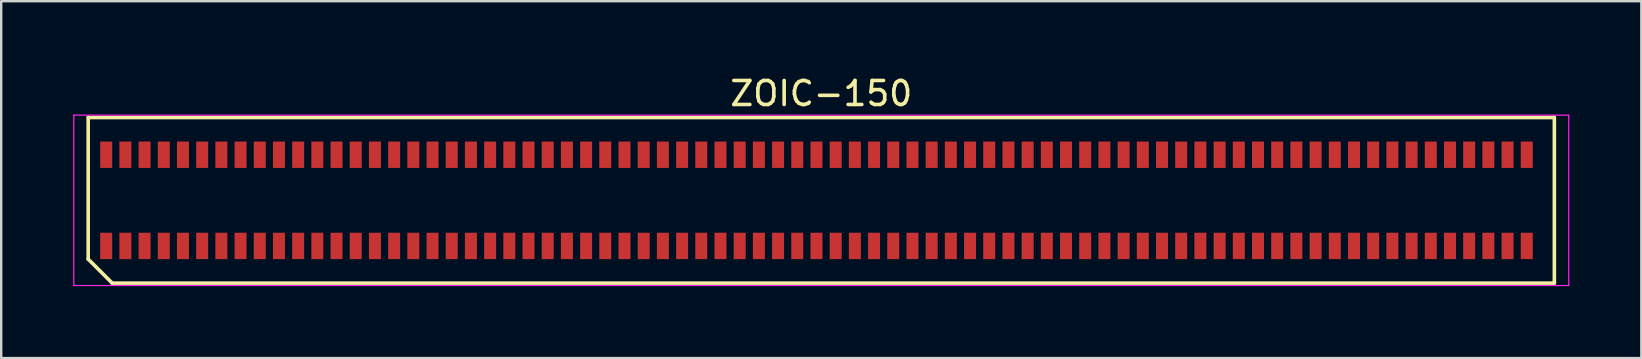
<source format=kicad_pcb>
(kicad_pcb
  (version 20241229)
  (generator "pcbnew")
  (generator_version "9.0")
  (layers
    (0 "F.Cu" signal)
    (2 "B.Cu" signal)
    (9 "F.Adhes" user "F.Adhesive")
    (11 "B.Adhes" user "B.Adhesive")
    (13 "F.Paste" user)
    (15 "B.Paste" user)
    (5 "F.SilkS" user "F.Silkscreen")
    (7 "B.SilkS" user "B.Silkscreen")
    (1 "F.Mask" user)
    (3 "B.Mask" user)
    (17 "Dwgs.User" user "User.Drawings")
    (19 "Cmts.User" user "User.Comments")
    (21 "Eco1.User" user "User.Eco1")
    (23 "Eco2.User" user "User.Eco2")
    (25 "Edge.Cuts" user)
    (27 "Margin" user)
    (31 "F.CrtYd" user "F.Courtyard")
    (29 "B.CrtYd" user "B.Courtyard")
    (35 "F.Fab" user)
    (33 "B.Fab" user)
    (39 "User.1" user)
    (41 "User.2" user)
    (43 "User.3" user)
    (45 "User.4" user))
  (footprint "ZOIC-150"
    (layer "F.Cu")
    (at 31.175 5.298)
    (property "Reference" "ZOIC-150" (at 0 -4.45 0) (layer "F.SilkS") (effects (font (size 1 1) (thickness 0.15))))
    (attr smd)
    (fp_line (start -30.55 -3.45) (end 30.55 -3.45) (stroke (width 0.15) (type solid)) (layer "F.SilkS"))
    (fp_line (start -30.55 2.45) (end -30.55 -3.45) (stroke (width 0.15) (type solid)) (layer "F.SilkS"))
    (fp_line (start -29.55 3.45) (end -30.55 2.45) (stroke (width 0.15) (type solid)) (layer "F.SilkS"))
    (fp_line (start 30.55 -3.45) (end 30.55 3.45) (stroke (width 0.15) (type solid)) (layer "F.SilkS"))
    (fp_line (start 30.55 3.45) (end -29.55 3.45) (stroke (width 0.15) (type solid)) (layer "F.SilkS"))
    (fp_line (start -31.15 -3.55) (end 31.15 -3.55) (stroke (width 0.05) (type solid)) (layer "F.CrtYd"))
    (fp_line (start -31.15 3.55) (end -31.15 -3.55) (stroke (width 0.05) (type solid)) (layer "F.CrtYd"))
    (fp_line (start 31.15 -3.55) (end 31.15 3.55) (stroke (width 0.05) (type solid)) (layer "F.CrtYd"))
    (fp_line (start 31.15 3.55) (end -31.15 3.55) (stroke (width 0.05) (type solid)) (layer "F.CrtYd"))
    (pad "1" smd rect (at -29.8 1.9) (size 0.5 1.1) (layers "F.Cu" "F.Mask" "F.Paste"))
    (pad "2" smd rect (at -29.8 -1.9) (size 0.5 1.1) (layers "F.Cu" "F.Mask" "F.Paste"))
    (pad "3" smd rect (at -29 1.9) (size 0.5 1.1) (layers "F.Cu" "F.Mask" "F.Paste"))
    (pad "4" smd rect (at -29 -1.9) (size 0.5 1.1) (layers "F.Cu" "F.Mask" "F.Paste"))
    (pad "5" smd rect (at -28.2 1.9) (size 0.5 1.1) (layers "F.Cu" "F.Mask" "F.Paste"))
    (pad "6" smd rect (at -28.2 -1.9) (size 0.5 1.1) (layers "F.Cu" "F.Mask" "F.Paste"))
    (pad "7" smd rect (at -27.4 1.9) (size 0.5 1.1) (layers "F.Cu" "F.Mask" "F.Paste"))
    (pad "8" smd rect (at -27.4 -1.9) (size 0.5 1.1) (layers "F.Cu" "F.Mask" "F.Paste"))
    (pad "9" smd rect (at -26.6 1.9) (size 0.5 1.1) (layers "F.Cu" "F.Mask" "F.Paste"))
    (pad "10" smd rect (at -26.6 -1.9) (size 0.5 1.1) (layers "F.Cu" "F.Mask" "F.Paste"))
    (pad "11" smd rect (at -25.8 1.9) (size 0.5 1.1) (layers "F.Cu" "F.Mask" "F.Paste"))
    (pad "12" smd rect (at -25.8 -1.9) (size 0.5 1.1) (layers "F.Cu" "F.Mask" "F.Paste"))
    (pad "13" smd rect (at -25 1.9) (size 0.5 1.1) (layers "F.Cu" "F.Mask" "F.Paste"))
    (pad "14" smd rect (at -25 -1.9) (size 0.5 1.1) (layers "F.Cu" "F.Mask" "F.Paste"))
    (pad "15" smd rect (at -24.2 1.9) (size 0.5 1.1) (layers "F.Cu" "F.Mask" "F.Paste"))
    (pad "16" smd rect (at -24.2 -1.9) (size 0.5 1.1) (layers "F.Cu" "F.Mask" "F.Paste"))
    (pad "17" smd rect (at -23.4 1.9) (size 0.5 1.1) (layers "F.Cu" "F.Mask" "F.Paste"))
    (pad "18" smd rect (at -23.4 -1.9) (size 0.5 1.1) (layers "F.Cu" "F.Mask" "F.Paste"))
    (pad "19" smd rect (at -22.6 1.9) (size 0.5 1.1) (layers "F.Cu" "F.Mask" "F.Paste"))
    (pad "20" smd rect (at -22.6 -1.9) (size 0.5 1.1) (layers "F.Cu" "F.Mask" "F.Paste"))
    (pad "21" smd rect (at -21.8 1.9) (size 0.5 1.1) (layers "F.Cu" "F.Mask" "F.Paste"))
    (pad "22" smd rect (at -21.8 -1.9) (size 0.5 1.1) (layers "F.Cu" "F.Mask" "F.Paste"))
    (pad "23" smd rect (at -21 1.9) (size 0.5 1.1) (layers "F.Cu" "F.Mask" "F.Paste"))
    (pad "24" smd rect (at -21 -1.9) (size 0.5 1.1) (layers "F.Cu" "F.Mask" "F.Paste"))
    (pad "25" smd rect (at -20.2 1.9) (size 0.5 1.1) (layers "F.Cu" "F.Mask" "F.Paste"))
    (pad "26" smd rect (at -20.2 -1.9) (size 0.5 1.1) (layers "F.Cu" "F.Mask" "F.Paste"))
    (pad "27" smd rect (at -19.4 1.9) (size 0.5 1.1) (layers "F.Cu" "F.Mask" "F.Paste"))
    (pad "28" smd rect (at -19.4 -1.9) (size 0.5 1.1) (layers "F.Cu" "F.Mask" "F.Paste"))
    (pad "29" smd rect (at -18.6 1.9) (size 0.5 1.1) (layers "F.Cu" "F.Mask" "F.Paste"))
    (pad "30" smd rect (at -18.6 -1.9) (size 0.5 1.1) (layers "F.Cu" "F.Mask" "F.Paste"))
    (pad "31" smd rect (at -17.8 1.9) (size 0.5 1.1) (layers "F.Cu" "F.Mask" "F.Paste"))
    (pad "32" smd rect (at -17.8 -1.9) (size 0.5 1.1) (layers "F.Cu" "F.Mask" "F.Paste"))
    (pad "33" smd rect (at -17 1.9) (size 0.5 1.1) (layers "F.Cu" "F.Mask" "F.Paste"))
    (pad "34" smd rect (at -17 -1.9) (size 0.5 1.1) (layers "F.Cu" "F.Mask" "F.Paste"))
    (pad "35" smd rect (at -16.2 1.9) (size 0.5 1.1) (layers "F.Cu" "F.Mask" "F.Paste"))
    (pad "36" smd rect (at -16.2 -1.9) (size 0.5 1.1) (layers "F.Cu" "F.Mask" "F.Paste"))
    (pad "37" smd rect (at -15.4 1.9) (size 0.5 1.1) (layers "F.Cu" "F.Mask" "F.Paste"))
    (pad "38" smd rect (at -15.4 -1.9) (size 0.5 1.1) (layers "F.Cu" "F.Mask" "F.Paste"))
    (pad "39" smd rect (at -14.6 1.9) (size 0.5 1.1) (layers "F.Cu" "F.Mask" "F.Paste"))
    (pad "40" smd rect (at -14.6 -1.9) (size 0.5 1.1) (layers "F.Cu" "F.Mask" "F.Paste"))
    (pad "41" smd rect (at -13.8 1.9) (size 0.5 1.1) (layers "F.Cu" "F.Mask" "F.Paste"))
    (pad "42" smd rect (at -13.8 -1.9) (size 0.5 1.1) (layers "F.Cu" "F.Mask" "F.Paste"))
    (pad "43" smd rect (at -13 1.9) (size 0.5 1.1) (layers "F.Cu" "F.Mask" "F.Paste"))
    (pad "44" smd rect (at -13 -1.9) (size 0.5 1.1) (layers "F.Cu" "F.Mask" "F.Paste"))
    (pad "45" smd rect (at -12.2 1.9) (size 0.5 1.1) (layers "F.Cu" "F.Mask" "F.Paste"))
    (pad "46" smd rect (at -12.2 -1.9) (size 0.5 1.1) (layers "F.Cu" "F.Mask" "F.Paste"))
    (pad "47" smd rect (at -11.4 1.9) (size 0.5 1.1) (layers "F.Cu" "F.Mask" "F.Paste"))
    (pad "48" smd rect (at -11.4 -1.9) (size 0.5 1.1) (layers "F.Cu" "F.Mask" "F.Paste"))
    (pad "49" smd rect (at -10.6 1.9) (size 0.5 1.1) (layers "F.Cu" "F.Mask" "F.Paste"))
    (pad "50" smd rect (at -10.6 -1.9) (size 0.5 1.1) (layers "F.Cu" "F.Mask" "F.Paste"))
    (pad "51" smd rect (at -9.8 1.9) (size 0.5 1.1) (layers "F.Cu" "F.Mask" "F.Paste"))
    (pad "52" smd rect (at -9.8 -1.9) (size 0.5 1.1) (layers "F.Cu" "F.Mask" "F.Paste"))
    (pad "53" smd rect (at -9 1.9) (size 0.5 1.1) (layers "F.Cu" "F.Mask" "F.Paste"))
    (pad "54" smd rect (at -9 -1.9) (size 0.5 1.1) (layers "F.Cu" "F.Mask" "F.Paste"))
    (pad "55" smd rect (at -8.2 1.9) (size 0.5 1.1) (layers "F.Cu" "F.Mask" "F.Paste"))
    (pad "56" smd rect (at -8.2 -1.9) (size 0.5 1.1) (layers "F.Cu" "F.Mask" "F.Paste"))
    (pad "57" smd rect (at -7.4 1.9) (size 0.5 1.1) (layers "F.Cu" "F.Mask" "F.Paste"))
    (pad "58" smd rect (at -7.4 -1.9) (size 0.5 1.1) (layers "F.Cu" "F.Mask" "F.Paste"))
    (pad "59" smd rect (at -6.6 1.9) (size 0.5 1.1) (layers "F.Cu" "F.Mask" "F.Paste"))
    (pad "60" smd rect (at -6.6 -1.9) (size 0.5 1.1) (layers "F.Cu" "F.Mask" "F.Paste"))
    (pad "61" smd rect (at -5.8 1.9) (size 0.5 1.1) (layers "F.Cu" "F.Mask" "F.Paste"))
    (pad "62" smd rect (at -5.8 -1.9) (size 0.5 1.1) (layers "F.Cu" "F.Mask" "F.Paste"))
    (pad "63" smd rect (at -5 1.9) (size 0.5 1.1) (layers "F.Cu" "F.Mask" "F.Paste"))
    (pad "64" smd rect (at -5 -1.9) (size 0.5 1.1) (layers "F.Cu" "F.Mask" "F.Paste"))
    (pad "65" smd rect (at -4.2 1.9) (size 0.5 1.1) (layers "F.Cu" "F.Mask" "F.Paste"))
    (pad "66" smd rect (at -4.2 -1.9) (size 0.5 1.1) (layers "F.Cu" "F.Mask" "F.Paste"))
    (pad "67" smd rect (at -3.4 1.9) (size 0.5 1.1) (layers "F.Cu" "F.Mask" "F.Paste"))
    (pad "68" smd rect (at -3.4 -1.9) (size 0.5 1.1) (layers "F.Cu" "F.Mask" "F.Paste"))
    (pad "69" smd rect (at -2.6 1.9) (size 0.5 1.1) (layers "F.Cu" "F.Mask" "F.Paste"))
    (pad "70" smd rect (at -2.6 -1.9) (size 0.5 1.1) (layers "F.Cu" "F.Mask" "F.Paste"))
    (pad "71" smd rect (at -1.8 1.9) (size 0.5 1.1) (layers "F.Cu" "F.Mask" "F.Paste"))
    (pad "72" smd rect (at -1.8 -1.9) (size 0.5 1.1) (layers "F.Cu" "F.Mask" "F.Paste"))
    (pad "73" smd rect (at -1 1.9) (size 0.5 1.1) (layers "F.Cu" "F.Mask" "F.Paste"))
    (pad "74" smd rect (at -1 -1.9) (size 0.5 1.1) (layers "F.Cu" "F.Mask" "F.Paste"))
    (pad "75" smd rect (at -0.2 1.9) (size 0.5 1.1) (layers "F.Cu" "F.Mask" "F.Paste"))
    (pad "76" smd rect (at -0.2 -1.9) (size 0.5 1.1) (layers "F.Cu" "F.Mask" "F.Paste"))
    (pad "77" smd rect (at 0.6 1.9) (size 0.5 1.1) (layers "F.Cu" "F.Mask" "F.Paste"))
    (pad "78" smd rect (at 0.6 -1.9) (size 0.5 1.1) (layers "F.Cu" "F.Mask" "F.Paste"))
    (pad "79" smd rect (at 1.4 1.9) (size 0.5 1.1) (layers "F.Cu" "F.Mask" "F.Paste"))
    (pad "80" smd rect (at 1.4 -1.9) (size 0.5 1.1) (layers "F.Cu" "F.Mask" "F.Paste"))
    (pad "81" smd rect (at 2.2 1.9) (size 0.5 1.1) (layers "F.Cu" "F.Mask" "F.Paste"))
    (pad "82" smd rect (at 2.2 -1.9) (size 0.5 1.1) (layers "F.Cu" "F.Mask" "F.Paste"))
    (pad "83" smd rect (at 3 1.9) (size 0.5 1.1) (layers "F.Cu" "F.Mask" "F.Paste"))
    (pad "84" smd rect (at 3 -1.9) (size 0.5 1.1) (layers "F.Cu" "F.Mask" "F.Paste"))
    (pad "85" smd rect (at 3.8 1.9) (size 0.5 1.1) (layers "F.Cu" "F.Mask" "F.Paste"))
    (pad "86" smd rect (at 3.8 -1.9) (size 0.5 1.1) (layers "F.Cu" "F.Mask" "F.Paste"))
    (pad "87" smd rect (at 4.6 1.9) (size 0.5 1.1) (layers "F.Cu" "F.Mask" "F.Paste"))
    (pad "88" smd rect (at 4.6 -1.9) (size 0.5 1.1) (layers "F.Cu" "F.Mask" "F.Paste"))
    (pad "89" smd rect (at 5.4 1.9) (size 0.5 1.1) (layers "F.Cu" "F.Mask" "F.Paste"))
    (pad "90" smd rect (at 5.4 -1.9) (size 0.5 1.1) (layers "F.Cu" "F.Mask" "F.Paste"))
    (pad "91" smd rect (at 6.2 1.9) (size 0.5 1.1) (layers "F.Cu" "F.Mask" "F.Paste"))
    (pad "92" smd rect (at 6.2 -1.9) (size 0.5 1.1) (layers "F.Cu" "F.Mask" "F.Paste"))
    (pad "93" smd rect (at 7 1.9) (size 0.5 1.1) (layers "F.Cu" "F.Mask" "F.Paste"))
    (pad "94" smd rect (at 7 -1.9) (size 0.5 1.1) (layers "F.Cu" "F.Mask" "F.Paste"))
    (pad "95" smd rect (at 7.8 1.9) (size 0.5 1.1) (layers "F.Cu" "F.Mask" "F.Paste"))
    (pad "96" smd rect (at 7.8 -1.9) (size 0.5 1.1) (layers "F.Cu" "F.Mask" "F.Paste"))
    (pad "97" smd rect (at 8.6 1.9) (size 0.5 1.1) (layers "F.Cu" "F.Mask" "F.Paste"))
    (pad "98" smd rect (at 8.6 -1.9) (size 0.5 1.1) (layers "F.Cu" "F.Mask" "F.Paste"))
    (pad "99" smd rect (at 9.4 1.9) (size 0.5 1.1) (layers "F.Cu" "F.Mask" "F.Paste"))
    (pad "100" smd rect (at 9.4 -1.9) (size 0.5 1.1) (layers "F.Cu" "F.Mask" "F.Paste"))
    (pad "101" smd rect (at 10.2 1.9) (size 0.5 1.1) (layers "F.Cu" "F.Mask" "F.Paste"))
    (pad "102" smd rect (at 10.2 -1.9) (size 0.5 1.1) (layers "F.Cu" "F.Mask" "F.Paste"))
    (pad "103" smd rect (at 11 1.9) (size 0.5 1.1) (layers "F.Cu" "F.Mask" "F.Paste"))
    (pad "104" smd rect (at 11 -1.9) (size 0.5 1.1) (layers "F.Cu" "F.Mask" "F.Paste"))
    (pad "105" smd rect (at 11.8 1.9) (size 0.5 1.1) (layers "F.Cu" "F.Mask" "F.Paste"))
    (pad "106" smd rect (at 11.8 -1.9) (size 0.5 1.1) (layers "F.Cu" "F.Mask" "F.Paste"))
    (pad "107" smd rect (at 12.6 1.9) (size 0.5 1.1) (layers "F.Cu" "F.Mask" "F.Paste"))
    (pad "108" smd rect (at 12.6 -1.9) (size 0.5 1.1) (layers "F.Cu" "F.Mask" "F.Paste"))
    (pad "109" smd rect (at 13.4 1.9) (size 0.5 1.1) (layers "F.Cu" "F.Mask" "F.Paste"))
    (pad "110" smd rect (at 13.4 -1.9) (size 0.5 1.1) (layers "F.Cu" "F.Mask" "F.Paste"))
    (pad "111" smd rect (at 14.2 1.9) (size 0.5 1.1) (layers "F.Cu" "F.Mask" "F.Paste"))
    (pad "112" smd rect (at 14.2 -1.9) (size 0.5 1.1) (layers "F.Cu" "F.Mask" "F.Paste"))
    (pad "113" smd rect (at 15 1.9) (size 0.5 1.1) (layers "F.Cu" "F.Mask" "F.Paste"))
    (pad "114" smd rect (at 15 -1.9) (size 0.5 1.1) (layers "F.Cu" "F.Mask" "F.Paste"))
    (pad "115" smd rect (at 15.8 1.9) (size 0.5 1.1) (layers "F.Cu" "F.Mask" "F.Paste"))
    (pad "116" smd rect (at 15.8 -1.9) (size 0.5 1.1) (layers "F.Cu" "F.Mask" "F.Paste"))
    (pad "117" smd rect (at 16.6 1.9) (size 0.5 1.1) (layers "F.Cu" "F.Mask" "F.Paste"))
    (pad "118" smd rect (at 16.6 -1.9) (size 0.5 1.1) (layers "F.Cu" "F.Mask" "F.Paste"))
    (pad "119" smd rect (at 17.4 1.9) (size 0.5 1.1) (layers "F.Cu" "F.Mask" "F.Paste"))
    (pad "120" smd rect (at 17.4 -1.9) (size 0.5 1.1) (layers "F.Cu" "F.Mask" "F.Paste"))
    (pad "121" smd rect (at 18.2 1.9) (size 0.5 1.1) (layers "F.Cu" "F.Mask" "F.Paste"))
    (pad "122" smd rect (at 18.2 -1.9) (size 0.5 1.1) (layers "F.Cu" "F.Mask" "F.Paste"))
    (pad "123" smd rect (at 19 1.9) (size 0.5 1.1) (layers "F.Cu" "F.Mask" "F.Paste"))
    (pad "124" smd rect (at 19 -1.9) (size 0.5 1.1) (layers "F.Cu" "F.Mask" "F.Paste"))
    (pad "125" smd rect (at 19.8 1.9) (size 0.5 1.1) (layers "F.Cu" "F.Mask" "F.Paste"))
    (pad "126" smd rect (at 19.8 -1.9) (size 0.5 1.1) (layers "F.Cu" "F.Mask" "F.Paste"))
    (pad "127" smd rect (at 20.6 1.9) (size 0.5 1.1) (layers "F.Cu" "F.Mask" "F.Paste"))
    (pad "128" smd rect (at 20.6 -1.9) (size 0.5 1.1) (layers "F.Cu" "F.Mask" "F.Paste"))
    (pad "129" smd rect (at 21.4 1.9) (size 0.5 1.1) (layers "F.Cu" "F.Mask" "F.Paste"))
    (pad "130" smd rect (at 21.4 -1.9) (size 0.5 1.1) (layers "F.Cu" "F.Mask" "F.Paste"))
    (pad "131" smd rect (at 22.2 1.9) (size 0.5 1.1) (layers "F.Cu" "F.Mask" "F.Paste"))
    (pad "132" smd rect (at 22.2 -1.9) (size 0.5 1.1) (layers "F.Cu" "F.Mask" "F.Paste"))
    (pad "133" smd rect (at 23 1.9) (size 0.5 1.1) (layers "F.Cu" "F.Mask" "F.Paste"))
    (pad "134" smd rect (at 23 -1.9) (size 0.5 1.1) (layers "F.Cu" "F.Mask" "F.Paste"))
    (pad "135" smd rect (at 23.8 1.9) (size 0.5 1.1) (layers "F.Cu" "F.Mask" "F.Paste"))
    (pad "136" smd rect (at 23.8 -1.9) (size 0.5 1.1) (layers "F.Cu" "F.Mask" "F.Paste"))
    (pad "137" smd rect (at 24.6 1.9) (size 0.5 1.1) (layers "F.Cu" "F.Mask" "F.Paste"))
    (pad "138" smd rect (at 24.6 -1.9) (size 0.5 1.1) (layers "F.Cu" "F.Mask" "F.Paste"))
    (pad "139" smd rect (at 25.4 1.9) (size 0.5 1.1) (layers "F.Cu" "F.Mask" "F.Paste"))
    (pad "140" smd rect (at 25.4 -1.9) (size 0.5 1.1) (layers "F.Cu" "F.Mask" "F.Paste"))
    (pad "141" smd rect (at 26.2 1.9) (size 0.5 1.1) (layers "F.Cu" "F.Mask" "F.Paste"))
    (pad "142" smd rect (at 26.2 -1.9) (size 0.5 1.1) (layers "F.Cu" "F.Mask" "F.Paste"))
    (pad "143" smd rect (at 27 1.9) (size 0.5 1.1) (layers "F.Cu" "F.Mask" "F.Paste"))
    (pad "144" smd rect (at 27 -1.9) (size 0.5 1.1) (layers "F.Cu" "F.Mask" "F.Paste"))
    (pad "145" smd rect (at 27.8 1.9) (size 0.5 1.1) (layers "F.Cu" "F.Mask" "F.Paste"))
    (pad "146" smd rect (at 27.8 -1.9) (size 0.5 1.1) (layers "F.Cu" "F.Mask" "F.Paste"))
    (pad "147" smd rect (at 28.6 1.9) (size 0.5 1.1) (layers "F.Cu" "F.Mask" "F.Paste"))
    (pad "148" smd rect (at 28.6 -1.9) (size 0.5 1.1) (layers "F.Cu" "F.Mask" "F.Paste"))
    (pad "149" smd rect (at 29.4 1.9) (size 0.5 1.1) (layers "F.Cu" "F.Mask" "F.Paste"))
    (pad "150" smd rect (at 29.4 -1.9) (size 0.5 1.1) (layers "F.Cu" "F.Mask" "F.Paste")))
  (gr_rect
    (start -3 -3)
    (end 65.35 11.873)
    (stroke (width 0.1) (type default))
    (fill no)
    (layer "Edge.Cuts")))
</source>
